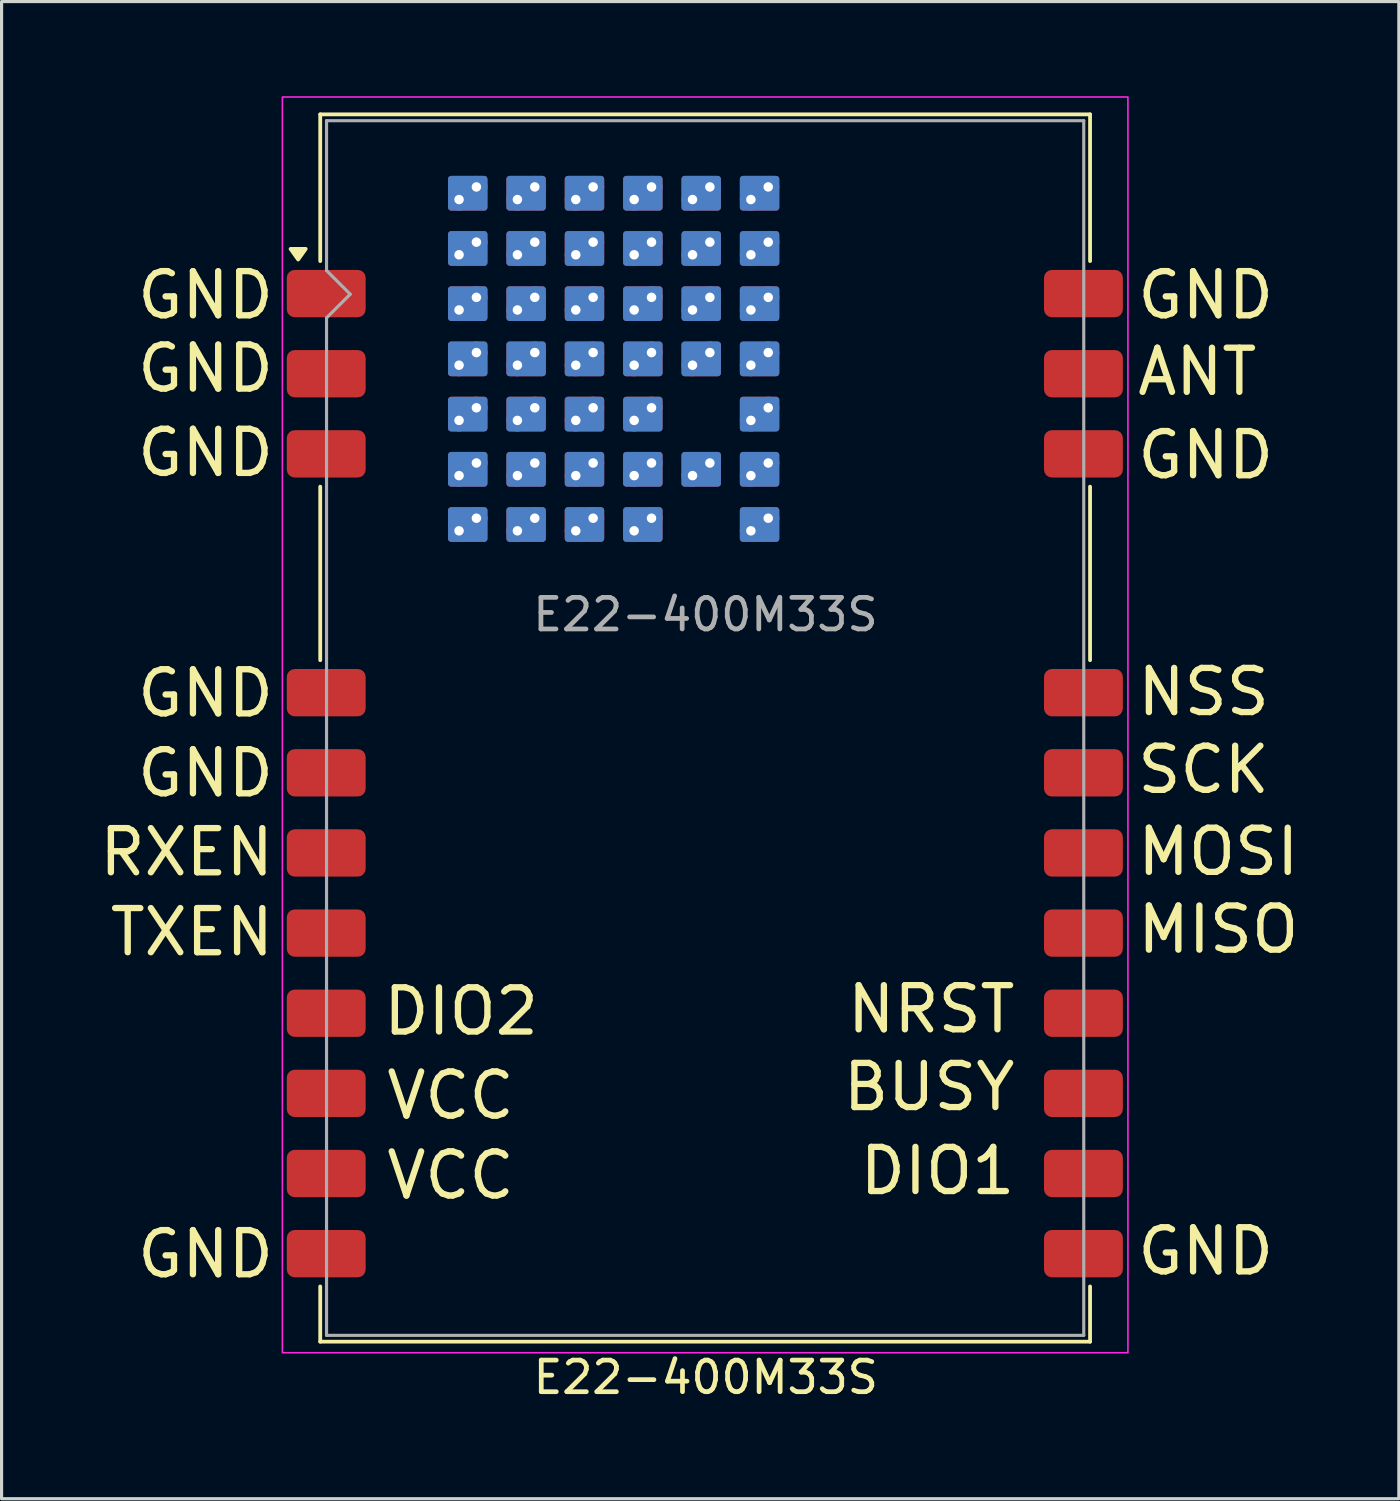
<source format=kicad_pcb>
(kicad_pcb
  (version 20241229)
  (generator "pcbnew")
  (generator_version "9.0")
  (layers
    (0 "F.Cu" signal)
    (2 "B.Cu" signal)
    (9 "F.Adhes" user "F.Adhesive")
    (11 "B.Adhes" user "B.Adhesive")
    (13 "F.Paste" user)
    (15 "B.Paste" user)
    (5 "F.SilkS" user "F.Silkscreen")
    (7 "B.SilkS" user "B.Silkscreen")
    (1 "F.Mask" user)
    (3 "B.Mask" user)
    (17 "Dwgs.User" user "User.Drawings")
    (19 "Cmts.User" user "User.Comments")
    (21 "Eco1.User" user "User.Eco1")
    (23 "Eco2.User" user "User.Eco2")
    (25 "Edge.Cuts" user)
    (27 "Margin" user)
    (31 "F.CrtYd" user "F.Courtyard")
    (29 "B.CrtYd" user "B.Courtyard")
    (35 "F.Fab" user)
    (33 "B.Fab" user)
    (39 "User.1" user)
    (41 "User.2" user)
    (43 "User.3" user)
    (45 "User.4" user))
  (footprint "E22-400M33S"
    (layer "F.Cu")
    (at 19.3 17.025)
    (property "Reference" "E22-400M33S" (at 0.02 23.58 0) (unlocked yes) (layer "F.SilkS") (effects (font (size 1 1) (thickness 0.15))))
    (attr smd)
    (fp_line (start -12.2 -11.8) (end -12.2 -16.45) (stroke (width 0.12) (type solid)) (layer "F.SilkS"))
    (fp_line (start -12.2 0.85) (end -12.2 -4.65) (stroke (width 0.12) (type solid)) (layer "F.SilkS"))
    (fp_line (start -12.2 20.7) (end -12.2 22.45) (stroke (width 0.12) (type solid)) (layer "F.SilkS"))
    (fp_line (start 12.2 -16.45) (end -12.2 -16.45) (stroke (width 0.12) (type solid)) (layer "F.SilkS"))
    (fp_line (start 12.2 -11.8) (end 12.2 -16.45) (stroke (width 0.12) (type solid)) (layer "F.SilkS"))
    (fp_line (start 12.2 0.85) (end 12.2 -4.65) (stroke (width 0.12) (type solid)) (layer "F.SilkS"))
    (fp_line (start 12.2 20.7) (end 12.2 22.45) (stroke (width 0.12) (type solid)) (layer "F.SilkS"))
    (fp_line (start 12.2 22.45) (end -12.2 22.45) (stroke (width 0.12) (type solid)) (layer "F.SilkS"))
    (fp_poly (pts (xy -12.9 -11.85) (xy -13.14 -12.186) (xy -12.66 -12.186) (xy -12.9 -11.85)) (stroke (width 0.12) (type solid)) (fill yes) (layer "F.SilkS"))
    (fp_rect (start -13.4 -17) (end 13.4 22.8) (stroke (width 0.05) (type default)) (fill no) (layer "F.CrtYd"))
    (fp_line (start -12 -16.25) (end 12 -16.25) (stroke (width 0.1) (type default)) (layer "F.Fab"))
    (fp_line (start -12 -11.5) (end -12 -16.25) (stroke (width 0.1) (type default)) (layer "F.Fab"))
    (fp_line (start -12 -10) (end -11.25 -10.75) (stroke (width 0.1) (type default)) (layer "F.Fab"))
    (fp_line (start -12 22.25) (end -12 -10) (stroke (width 0.1) (type default)) (layer "F.Fab"))
    (fp_line (start -11.25 -10.75) (end -12 -11.5) (stroke (width 0.1) (type default)) (layer "F.Fab"))
    (fp_line (start 12 -16.25) (end 12 22.25) (stroke (width 0.1) (type default)) (layer "F.Fab"))
    (fp_line (start 12 22.25) (end -12 22.25) (stroke (width 0.1) (type default)) (layer "F.Fab"))
    (fp_text user "SCK" (at 13.6 5.141 0) (unlocked yes) (layer "F.SilkS") (effects (font (size 1.4 1.4) (thickness 0.2)) (justify left bottom)))
    (fp_text user "RXEN" (at -19.3 7.754 0) (unlocked yes) (layer "F.SilkS") (effects (font (size 1.4 1.4) (thickness 0.2)) (justify left bottom)))
    (fp_text user "TXEN" (at -18.967 10.288 0) (unlocked yes) (layer "F.SilkS") (effects (font (size 1.4 1.4) (thickness 0.2)) (justify left bottom)))
    (fp_text user "GND" (at -18.1 2.718 0) (unlocked yes) (layer "F.SilkS") (effects (font (size 1.4 1.4) (thickness 0.2)) (justify left bottom)))
    (fp_text user "ANT" (at 13.6 -7.473 0) (unlocked yes) (layer "F.SilkS") (effects (font (size 1.4 1.4) (thickness 0.2)) (justify left bottom)))
    (fp_text user "GND" (at 13.6 -4.831 0) (unlocked yes) (layer "F.SilkS") (effects (font (size 1.4 1.4) (thickness 0.2)) (justify left bottom)))
    (fp_text user "DIO1" (at 4.8 17.857 0) (unlocked yes) (layer "F.SilkS") (effects (font (size 1.4 1.4) (thickness 0.2)) (justify left bottom)))
    (fp_text user "GND" (at 13.6 20.404 0) (unlocked yes) (layer "F.SilkS") (effects (font (size 1.4 1.4) (thickness 0.2)) (justify left bottom)))
    (fp_text user "NSS" (at 13.6 2.676 0) (unlocked yes) (layer "F.SilkS") (effects (font (size 1.4 1.4) (thickness 0.2)) (justify left bottom)))
    (fp_text user "DIO2" (at -10.3 12.8 0) (unlocked yes) (layer "F.SilkS") (effects (font (size 1.4 1.4) (thickness 0.2)) (justify left bottom)))
    (fp_text user "MISO" (at 13.6 10.206 0) (unlocked yes) (layer "F.SilkS") (effects (font (size 1.4 1.4) (thickness 0.2)) (justify left bottom)))
    (fp_text user "VCC" (at -10.2 15.467 0) (unlocked yes) (layer "F.SilkS") (effects (font (size 1.4 1.4) (thickness 0.2)) (justify left bottom)))
    (fp_text user "MOSI" (at 13.6 7.741 0) (unlocked yes) (layer "F.SilkS") (effects (font (size 1.4 1.4) (thickness 0.2)) (justify left bottom)))
    (fp_text user "GND" (at -18.1 -7.577 0) (unlocked yes) (layer "F.SilkS") (effects (font (size 1.4 1.4) (thickness 0.2)) (justify left bottom)))
    (fp_text user "GND" (at -18.1 5.251 0) (unlocked yes) (layer "F.SilkS") (effects (font (size 1.4 1.4) (thickness 0.2)) (justify left bottom)))
    (fp_text user "GND" (at -18.1 -9.9 0) (unlocked yes) (layer "F.SilkS") (effects (font (size 1.4 1.4) (thickness 0.2)) (justify left bottom)))
    (fp_text user "BUSY" (at 4.267 15.196 0) (unlocked yes) (layer "F.SilkS") (effects (font (size 1.4 1.4) (thickness 0.2)) (justify left bottom)))
    (fp_text user "GND" (at -18.1 -4.904 0) (unlocked yes) (layer "F.SilkS") (effects (font (size 1.4 1.4) (thickness 0.2)) (justify left bottom)))
    (fp_text user "NRST" (at 4.4 12.731 0) (unlocked yes) (layer "F.SilkS") (effects (font (size 1.4 1.4) (thickness 0.2)) (justify left bottom)))
    (fp_text user "VCC" (at -10.2 18 0) (unlocked yes) (layer "F.SilkS") (effects (font (size 1.4 1.4) (thickness 0.2)) (justify left bottom)))
    (fp_text user "GND" (at -18.1 20.495 0) (unlocked yes) (layer "F.SilkS") (effects (font (size 1.4 1.4) (thickness 0.2)) (justify left bottom)))
    (fp_text user "GND" (at 13.6 -9.9 0) (unlocked yes) (layer "F.SilkS") (effects (font (size 1.4 1.4) (thickness 0.2)) (justify left bottom)))
    (fp_text user "${REFERENCE}" (at 0.01 -0.01 0) (unlocked yes) (layer "F.Fab") (effects (font (size 1 1) (thickness 0.15)) (justify bottom)))
    (pad "1" smd roundrect (at -12.01 -10.77 180) (size 2.5 1.5) (layers "F.Cu" "F.Mask" "F.Paste") (roundrect_rratio 0.167))
    (pad "2" smd roundrect (at -12.01 -8.23 180) (size 2.5 1.5) (layers "F.Cu" "F.Mask" "F.Paste") (roundrect_rratio 0.167))
    (pad "3" smd roundrect (at -12.01 -5.69 180) (size 2.5 1.5) (layers "F.Cu" "F.Mask" "F.Paste") (roundrect_rratio 0.167))
    (pad "4" smd roundrect (at -12.01 1.88 180) (size 2.5 1.5) (layers "F.Cu" "F.Mask" "F.Paste") (roundrect_rratio 0.167))
    (pad "5" smd roundrect (at -12.01 4.42 180) (size 2.5 1.5) (layers "F.Cu" "F.Mask" "F.Paste") (roundrect_rratio 0.167))
    (pad "6" smd roundrect (at -12.01 6.96 180) (size 2.5 1.5) (layers "F.Cu" "F.Mask" "F.Paste") (roundrect_rratio 0.167))
    (pad "7" smd roundrect (at -12.01 9.5 180) (size 2.5 1.5) (layers "F.Cu" "F.Mask" "F.Paste") (roundrect_rratio 0.167))
    (pad "8" smd roundrect (at -12.01 12.04 180) (size 2.5 1.5) (layers "F.Cu" "F.Mask" "F.Paste") (roundrect_rratio 0.167))
    (pad "9" smd roundrect (at -12.01 14.58 180) (size 2.5 1.5) (layers "F.Cu" "F.Mask" "F.Paste") (roundrect_rratio 0.167))
    (pad "10" smd roundrect (at -12.01 17.12 180) (size 2.5 1.5) (layers "F.Cu" "F.Mask" "F.Paste") (roundrect_rratio 0.167))
    (pad "11" smd roundrect (at -12.01 19.66 180) (size 2.5 1.5) (layers "F.Cu" "F.Mask" "F.Paste") (roundrect_rratio 0.167))
    (pad "12" smd roundrect (at 11.99 19.66 180) (size 2.5 1.5) (layers "F.Cu" "F.Mask" "F.Paste") (roundrect_rratio 0.167))
    (pad "13" smd roundrect (at 11.99 17.12 180) (size 2.5 1.5) (layers "F.Cu" "F.Mask" "F.Paste") (roundrect_rratio 0.167))
    (pad "14" smd roundrect (at 11.99 14.58 180) (size 2.5 1.5) (layers "F.Cu" "F.Mask" "F.Paste") (roundrect_rratio 0.167))
    (pad "15" smd roundrect (at 11.99 12.04 180) (size 2.5 1.5) (layers "F.Cu" "F.Mask" "F.Paste") (roundrect_rratio 0.167))
    (pad "16" smd roundrect (at 11.99 9.5 180) (size 2.5 1.5) (layers "F.Cu" "F.Mask" "F.Paste") (roundrect_rratio 0.167))
    (pad "17" smd roundrect (at 11.99 6.96 180) (size 2.5 1.5) (layers "F.Cu" "F.Mask" "F.Paste") (roundrect_rratio 0.167))
    (pad "18" smd roundrect (at 11.99 4.42 180) (size 2.5 1.5) (layers "F.Cu" "F.Mask" "F.Paste") (roundrect_rratio 0.167))
    (pad "19" smd roundrect (at 11.99 1.88 180) (size 2.5 1.5) (layers "F.Cu" "F.Mask" "F.Paste") (roundrect_rratio 0.167))
    (pad "20" smd roundrect (at 11.99 -5.69 180) (size 2.5 1.5) (layers "F.Cu" "F.Mask" "F.Paste") (roundrect_rratio 0.167))
    (pad "21" smd roundrect (at 11.99 -8.23 180) (size 2.5 1.5) (layers "F.Cu" "F.Mask" "F.Paste") (roundrect_rratio 0.167))
    (pad "22" smd roundrect (at 11.99 -10.77 180) (size 2.5 1.5) (layers "F.Cu" "F.Mask" "F.Paste") (roundrect_rratio 0.167))
    (pad "TP" thru_hole circle (at -7.8 -13.75) (size 0.7 0.7) (drill 0.3) (property pad_prop_heatsink) (layers "*.Cu" "*.Mask"))
    (pad "TP" thru_hole circle (at -7.8 -12) (size 0.7 0.7) (drill 0.3) (property pad_prop_heatsink) (layers "*.Cu" "*.Mask"))
    (pad "TP" thru_hole circle (at -7.8 -10.25) (size 0.7 0.7) (drill 0.3) (property pad_prop_heatsink) (layers "*.Cu" "*.Mask"))
    (pad "TP" thru_hole circle (at -7.8 -8.5) (size 0.7 0.7) (drill 0.3) (property pad_prop_heatsink) (layers "*.Cu" "*.Mask"))
    (pad "TP" thru_hole circle (at -7.8 -6.75) (size 0.7 0.7) (drill 0.3) (property pad_prop_heatsink) (layers "*.Cu" "*.Mask"))
    (pad "TP" thru_hole circle (at -7.8 -5) (size 0.7 0.7) (drill 0.3) (property pad_prop_heatsink) (layers "*.Cu" "*.Mask"))
    (pad "TP" thru_hole circle (at -7.8 -3.25) (size 0.7 0.7) (drill 0.3) (property pad_prop_heatsink) (layers "*.Cu" "*.Mask"))
    (pad "TP" smd roundrect (at -7.525 -13.95) (size 1.25 1.1) (property pad_prop_heatsink) (layers "F.Cu" "F.Mask" "F.Paste") (roundrect_rratio 0.091))
    (pad "TP" smd roundrect (at -7.525 -13.95) (size 1.25 1.1) (property pad_prop_heatsink) (layers "B.Cu" "B.Mask" "B.Paste") (roundrect_rratio 0.091))
    (pad "TP" smd roundrect (at -7.525 -12.2) (size 1.25 1.1) (property pad_prop_heatsink) (layers "F.Cu" "F.Mask" "F.Paste") (roundrect_rratio 0.091))
    (pad "TP" smd roundrect (at -7.525 -12.2) (size 1.25 1.1) (property pad_prop_heatsink) (layers "B.Cu" "B.Mask" "B.Paste") (roundrect_rratio 0.091))
    (pad "TP" smd roundrect (at -7.525 -10.45) (size 1.25 1.1) (property pad_prop_heatsink) (layers "F.Cu" "F.Mask" "F.Paste") (roundrect_rratio 0.091))
    (pad "TP" smd roundrect (at -7.525 -10.45) (size 1.25 1.1) (property pad_prop_heatsink) (layers "B.Cu" "B.Mask" "B.Paste") (roundrect_rratio 0.091))
    (pad "TP" smd roundrect (at -7.525 -8.7) (size 1.25 1.1) (property pad_prop_heatsink) (layers "F.Cu" "F.Mask" "F.Paste") (roundrect_rratio 0.091))
    (pad "TP" smd roundrect (at -7.525 -8.7) (size 1.25 1.1) (property pad_prop_heatsink) (layers "B.Cu" "B.Mask" "B.Paste") (roundrect_rratio 0.091))
    (pad "TP" smd roundrect (at -7.525 -6.95) (size 1.25 1.1) (property pad_prop_heatsink) (layers "F.Cu" "F.Mask" "F.Paste") (roundrect_rratio 0.091))
    (pad "TP" smd roundrect (at -7.525 -6.95) (size 1.25 1.1) (property pad_prop_heatsink) (layers "B.Cu" "B.Mask" "B.Paste") (roundrect_rratio 0.091))
    (pad "TP" smd roundrect (at -7.525 -5.2) (size 1.25 1.1) (property pad_prop_heatsink) (layers "F.Cu" "F.Mask" "F.Paste") (roundrect_rratio 0.091))
    (pad "TP" smd roundrect (at -7.525 -5.2) (size 1.25 1.1) (property pad_prop_heatsink) (layers "B.Cu" "B.Mask" "B.Paste") (roundrect_rratio 0.091))
    (pad "TP" smd roundrect (at -7.525 -3.45) (size 1.25 1.1) (property pad_prop_heatsink) (layers "F.Cu" "F.Mask" "F.Paste") (roundrect_rratio 0.091))
    (pad "TP" smd roundrect (at -7.525 -3.45) (size 1.25 1.1) (property pad_prop_heatsink) (layers "B.Cu" "B.Mask" "B.Paste") (roundrect_rratio 0.091))
    (pad "TP" thru_hole circle (at -7.25 -14.15) (size 0.7 0.7) (drill 0.3) (property pad_prop_heatsink) (layers "*.Cu" "*.Mask"))
    (pad "TP" thru_hole circle (at -7.25 -12.4) (size 0.7 0.7) (drill 0.3) (property pad_prop_heatsink) (layers "*.Cu" "*.Mask"))
    (pad "TP" thru_hole circle (at -7.25 -10.65) (size 0.7 0.7) (drill 0.3) (property pad_prop_heatsink) (layers "*.Cu" "*.Mask"))
    (pad "TP" thru_hole circle (at -7.25 -8.9) (size 0.7 0.7) (drill 0.3) (property pad_prop_heatsink) (layers "*.Cu" "*.Mask"))
    (pad "TP" thru_hole circle (at -7.25 -7.15) (size 0.7 0.7) (drill 0.3) (property pad_prop_heatsink) (layers "*.Cu" "*.Mask"))
    (pad "TP" thru_hole circle (at -7.25 -5.4) (size 0.7 0.7) (drill 0.3) (property pad_prop_heatsink) (layers "*.Cu" "*.Mask"))
    (pad "TP" thru_hole circle (at -7.25 -3.65) (size 0.7 0.7) (drill 0.3) (property pad_prop_heatsink) (layers "*.Cu" "*.Mask"))
    (pad "TP" thru_hole circle (at -5.95 -13.75) (size 0.7 0.7) (drill 0.3) (property pad_prop_heatsink) (layers "*.Cu" "*.Mask"))
    (pad "TP" thru_hole circle (at -5.95 -12) (size 0.7 0.7) (drill 0.3) (property pad_prop_heatsink) (layers "*.Cu" "*.Mask"))
    (pad "TP" thru_hole circle (at -5.95 -10.25) (size 0.7 0.7) (drill 0.3) (property pad_prop_heatsink) (layers "*.Cu" "*.Mask"))
    (pad "TP" thru_hole circle (at -5.95 -8.5) (size 0.7 0.7) (drill 0.3) (property pad_prop_heatsink) (layers "*.Cu" "*.Mask"))
    (pad "TP" thru_hole circle (at -5.95 -6.75) (size 0.7 0.7) (drill 0.3) (property pad_prop_heatsink) (layers "*.Cu" "*.Mask"))
    (pad "TP" thru_hole circle (at -5.95 -5) (size 0.7 0.7) (drill 0.3) (property pad_prop_heatsink) (layers "*.Cu" "*.Mask"))
    (pad "TP" thru_hole circle (at -5.95 -3.25) (size 0.7 0.7) (drill 0.3) (property pad_prop_heatsink) (layers "*.Cu" "*.Mask"))
    (pad "TP" smd roundrect (at -5.675 -13.95) (size 1.25 1.1) (property pad_prop_heatsink) (layers "F.Cu" "F.Mask" "F.Paste") (roundrect_rratio 0.091))
    (pad "TP" smd roundrect (at -5.675 -13.95) (size 1.25 1.1) (property pad_prop_heatsink) (layers "B.Cu" "B.Mask" "B.Paste") (roundrect_rratio 0.091))
    (pad "TP" smd roundrect (at -5.675 -12.2) (size 1.25 1.1) (property pad_prop_heatsink) (layers "F.Cu" "F.Mask" "F.Paste") (roundrect_rratio 0.091))
    (pad "TP" smd roundrect (at -5.675 -12.2) (size 1.25 1.1) (property pad_prop_heatsink) (layers "B.Cu" "B.Mask" "B.Paste") (roundrect_rratio 0.091))
    (pad "TP" smd roundrect (at -5.675 -10.45) (size 1.25 1.1) (property pad_prop_heatsink) (layers "F.Cu" "F.Mask" "F.Paste") (roundrect_rratio 0.091))
    (pad "TP" smd roundrect (at -5.675 -10.45) (size 1.25 1.1) (property pad_prop_heatsink) (layers "B.Cu" "B.Mask" "B.Paste") (roundrect_rratio 0.091))
    (pad "TP" smd roundrect (at -5.675 -8.7) (size 1.25 1.1) (property pad_prop_heatsink) (layers "F.Cu" "F.Mask" "F.Paste") (roundrect_rratio 0.091))
    (pad "TP" smd roundrect (at -5.675 -8.7) (size 1.25 1.1) (property pad_prop_heatsink) (layers "B.Cu" "B.Mask" "B.Paste") (roundrect_rratio 0.091))
    (pad "TP" smd roundrect (at -5.675 -6.95) (size 1.25 1.1) (property pad_prop_heatsink) (layers "F.Cu" "F.Mask" "F.Paste") (roundrect_rratio 0.091))
    (pad "TP" smd roundrect (at -5.675 -6.95) (size 1.25 1.1) (property pad_prop_heatsink) (layers "B.Cu" "B.Mask" "B.Paste") (roundrect_rratio 0.091))
    (pad "TP" smd roundrect (at -5.675 -5.2) (size 1.25 1.1) (property pad_prop_heatsink) (layers "F.Cu" "F.Mask" "F.Paste") (roundrect_rratio 0.091))
    (pad "TP" smd roundrect (at -5.675 -5.2) (size 1.25 1.1) (property pad_prop_heatsink) (layers "B.Cu" "B.Mask" "B.Paste") (roundrect_rratio 0.091))
    (pad "TP" smd roundrect (at -5.675 -3.45) (size 1.25 1.1) (property pad_prop_heatsink) (layers "F.Cu" "F.Mask" "F.Paste") (roundrect_rratio 0.091))
    (pad "TP" smd roundrect (at -5.675 -3.45) (size 1.25 1.1) (property pad_prop_heatsink) (layers "B.Cu" "B.Mask" "B.Paste") (roundrect_rratio 0.091))
    (pad "TP" thru_hole circle (at -5.4 -14.15) (size 0.7 0.7) (drill 0.3) (property pad_prop_heatsink) (layers "*.Cu" "*.Mask"))
    (pad "TP" thru_hole circle (at -5.4 -12.4) (size 0.7 0.7) (drill 0.3) (property pad_prop_heatsink) (layers "*.Cu" "*.Mask"))
    (pad "TP" thru_hole circle (at -5.4 -10.65) (size 0.7 0.7) (drill 0.3) (property pad_prop_heatsink) (layers "*.Cu" "*.Mask"))
    (pad "TP" thru_hole circle (at -5.4 -8.9) (size 0.7 0.7) (drill 0.3) (property pad_prop_heatsink) (layers "*.Cu" "*.Mask"))
    (pad "TP" thru_hole circle (at -5.4 -7.15) (size 0.7 0.7) (drill 0.3) (property pad_prop_heatsink) (layers "*.Cu" "*.Mask"))
    (pad "TP" thru_hole circle (at -5.4 -5.4) (size 0.7 0.7) (drill 0.3) (property pad_prop_heatsink) (layers "*.Cu" "*.Mask"))
    (pad "TP" thru_hole circle (at -5.4 -3.65) (size 0.7 0.7) (drill 0.3) (property pad_prop_heatsink) (layers "*.Cu" "*.Mask"))
    (pad "TP" thru_hole circle (at -4.1 -13.75) (size 0.7 0.7) (drill 0.3) (property pad_prop_heatsink) (layers "*.Cu" "*.Mask"))
    (pad "TP" thru_hole circle (at -4.1 -12) (size 0.7 0.7) (drill 0.3) (property pad_prop_heatsink) (layers "*.Cu" "*.Mask"))
    (pad "TP" thru_hole circle (at -4.1 -10.25) (size 0.7 0.7) (drill 0.3) (property pad_prop_heatsink) (layers "*.Cu" "*.Mask"))
    (pad "TP" thru_hole circle (at -4.1 -8.5) (size 0.7 0.7) (drill 0.3) (property pad_prop_heatsink) (layers "*.Cu" "*.Mask"))
    (pad "TP" thru_hole circle (at -4.1 -6.75) (size 0.7 0.7) (drill 0.3) (property pad_prop_heatsink) (layers "*.Cu" "*.Mask"))
    (pad "TP" thru_hole circle (at -4.1 -5) (size 0.7 0.7) (drill 0.3) (property pad_prop_heatsink) (layers "*.Cu" "*.Mask"))
    (pad "TP" thru_hole circle (at -4.1 -3.25) (size 0.7 0.7) (drill 0.3) (property pad_prop_heatsink) (layers "*.Cu" "*.Mask"))
    (pad "TP" smd roundrect (at -3.825 -13.95) (size 1.25 1.1) (property pad_prop_heatsink) (layers "F.Cu" "F.Mask" "F.Paste") (roundrect_rratio 0.091))
    (pad "TP" smd roundrect (at -3.825 -13.95) (size 1.25 1.1) (property pad_prop_heatsink) (layers "B.Cu" "B.Mask" "B.Paste") (roundrect_rratio 0.091))
    (pad "TP" smd roundrect (at -3.825 -12.2) (size 1.25 1.1) (property pad_prop_heatsink) (layers "F.Cu" "F.Mask" "F.Paste") (roundrect_rratio 0.091))
    (pad "TP" smd roundrect (at -3.825 -12.2) (size 1.25 1.1) (property pad_prop_heatsink) (layers "B.Cu" "B.Mask" "B.Paste") (roundrect_rratio 0.091))
    (pad "TP" smd roundrect (at -3.825 -10.45) (size 1.25 1.1) (property pad_prop_heatsink) (layers "F.Cu" "F.Mask" "F.Paste") (roundrect_rratio 0.091))
    (pad "TP" smd roundrect (at -3.825 -10.45) (size 1.25 1.1) (property pad_prop_heatsink) (layers "B.Cu" "B.Mask" "B.Paste") (roundrect_rratio 0.091))
    (pad "TP" smd roundrect (at -3.825 -8.7) (size 1.25 1.1) (property pad_prop_heatsink) (layers "F.Cu" "F.Mask" "F.Paste") (roundrect_rratio 0.091))
    (pad "TP" smd roundrect (at -3.825 -8.7) (size 1.25 1.1) (property pad_prop_heatsink) (layers "B.Cu" "B.Mask" "B.Paste") (roundrect_rratio 0.091))
    (pad "TP" smd roundrect (at -3.825 -6.95) (size 1.25 1.1) (property pad_prop_heatsink) (layers "F.Cu" "F.Mask" "F.Paste") (roundrect_rratio 0.091))
    (pad "TP" smd roundrect (at -3.825 -6.95) (size 1.25 1.1) (property pad_prop_heatsink) (layers "B.Cu" "B.Mask" "B.Paste") (roundrect_rratio 0.091))
    (pad "TP" smd roundrect (at -3.825 -5.2) (size 1.25 1.1) (property pad_prop_heatsink) (layers "F.Cu" "F.Mask" "F.Paste") (roundrect_rratio 0.091))
    (pad "TP" smd roundrect (at -3.825 -5.2) (size 1.25 1.1) (property pad_prop_heatsink) (layers "B.Cu" "B.Mask" "B.Paste") (roundrect_rratio 0.091))
    (pad "TP" smd roundrect (at -3.825 -3.45) (size 1.25 1.1) (property pad_prop_heatsink) (layers "F.Cu" "F.Mask" "F.Paste") (roundrect_rratio 0.091))
    (pad "TP" smd roundrect (at -3.825 -3.45) (size 1.25 1.1) (property pad_prop_heatsink) (layers "B.Cu" "B.Mask" "B.Paste") (roundrect_rratio 0.091))
    (pad "TP" thru_hole circle (at -3.55 -14.15) (size 0.7 0.7) (drill 0.3) (property pad_prop_heatsink) (layers "*.Cu" "*.Mask"))
    (pad "TP" thru_hole circle (at -3.55 -12.4) (size 0.7 0.7) (drill 0.3) (property pad_prop_heatsink) (layers "*.Cu" "*.Mask"))
    (pad "TP" thru_hole circle (at -3.55 -10.65) (size 0.7 0.7) (drill 0.3) (property pad_prop_heatsink) (layers "*.Cu" "*.Mask"))
    (pad "TP" thru_hole circle (at -3.55 -8.9) (size 0.7 0.7) (drill 0.3) (property pad_prop_heatsink) (layers "*.Cu" "*.Mask"))
    (pad "TP" thru_hole circle (at -3.55 -7.15) (size 0.7 0.7) (drill 0.3) (property pad_prop_heatsink) (layers "*.Cu" "*.Mask"))
    (pad "TP" thru_hole circle (at -3.55 -5.4) (size 0.7 0.7) (drill 0.3) (property pad_prop_heatsink) (layers "*.Cu" "*.Mask"))
    (pad "TP" thru_hole circle (at -3.55 -3.65) (size 0.7 0.7) (drill 0.3) (property pad_prop_heatsink) (layers "*.Cu" "*.Mask"))
    (pad "TP" thru_hole circle (at -2.25 -13.75) (size 0.7 0.7) (drill 0.3) (property pad_prop_heatsink) (layers "*.Cu" "*.Mask"))
    (pad "TP" thru_hole circle (at -2.25 -12) (size 0.7 0.7) (drill 0.3) (property pad_prop_heatsink) (layers "*.Cu" "*.Mask"))
    (pad "TP" thru_hole circle (at -2.25 -10.25) (size 0.7 0.7) (drill 0.3) (property pad_prop_heatsink) (layers "*.Cu" "*.Mask"))
    (pad "TP" thru_hole circle (at -2.25 -8.5) (size 0.7 0.7) (drill 0.3) (property pad_prop_heatsink) (layers "*.Cu" "*.Mask"))
    (pad "TP" thru_hole circle (at -2.25 -6.75) (size 0.7 0.7) (drill 0.3) (property pad_prop_heatsink) (layers "*.Cu" "*.Mask"))
    (pad "TP" thru_hole circle (at -2.25 -5) (size 0.7 0.7) (drill 0.3) (property pad_prop_heatsink) (layers "*.Cu" "*.Mask"))
    (pad "TP" thru_hole circle (at -2.25 -3.25) (size 0.7 0.7) (drill 0.3) (property pad_prop_heatsink) (layers "*.Cu" "*.Mask"))
    (pad "TP" smd roundrect (at -1.975 -13.95) (size 1.25 1.1) (property pad_prop_heatsink) (layers "F.Cu" "F.Mask" "F.Paste") (roundrect_rratio 0.091))
    (pad "TP" smd roundrect (at -1.975 -13.95) (size 1.25 1.1) (property pad_prop_heatsink) (layers "B.Cu" "B.Mask" "B.Paste") (roundrect_rratio 0.091))
    (pad "TP" smd roundrect (at -1.975 -12.2) (size 1.25 1.1) (property pad_prop_heatsink) (layers "F.Cu" "F.Mask" "F.Paste") (roundrect_rratio 0.091))
    (pad "TP" smd roundrect (at -1.975 -12.2) (size 1.25 1.1) (property pad_prop_heatsink) (layers "B.Cu" "B.Mask" "B.Paste") (roundrect_rratio 0.091))
    (pad "TP" smd roundrect (at -1.975 -10.45) (size 1.25 1.1) (property pad_prop_heatsink) (layers "F.Cu" "F.Mask" "F.Paste") (roundrect_rratio 0.091))
    (pad "TP" smd roundrect (at -1.975 -10.45) (size 1.25 1.1) (property pad_prop_heatsink) (layers "B.Cu" "B.Mask" "B.Paste") (roundrect_rratio 0.091))
    (pad "TP" smd roundrect (at -1.975 -8.7) (size 1.25 1.1) (property pad_prop_heatsink) (layers "F.Cu" "F.Mask" "F.Paste") (roundrect_rratio 0.091))
    (pad "TP" smd roundrect (at -1.975 -8.7) (size 1.25 1.1) (property pad_prop_heatsink) (layers "B.Cu" "B.Mask" "B.Paste") (roundrect_rratio 0.091))
    (pad "TP" smd roundrect (at -1.975 -6.95) (size 1.25 1.1) (property pad_prop_heatsink) (layers "F.Cu" "F.Mask" "F.Paste") (roundrect_rratio 0.091))
    (pad "TP" smd roundrect (at -1.975 -6.95) (size 1.25 1.1) (property pad_prop_heatsink) (layers "B.Cu" "B.Mask" "B.Paste") (roundrect_rratio 0.091))
    (pad "TP" smd roundrect (at -1.975 -5.2) (size 1.25 1.1) (property pad_prop_heatsink) (layers "F.Cu" "F.Mask" "F.Paste") (roundrect_rratio 0.091))
    (pad "TP" smd roundrect (at -1.975 -5.2) (size 1.25 1.1) (property pad_prop_heatsink) (layers "B.Cu" "B.Mask" "B.Paste") (roundrect_rratio 0.091))
    (pad "TP" smd roundrect (at -1.975 -3.45) (size 1.25 1.1) (property pad_prop_heatsink) (layers "F.Cu" "F.Mask" "F.Paste") (roundrect_rratio 0.091))
    (pad "TP" smd roundrect (at -1.975 -3.45) (size 1.25 1.1) (property pad_prop_heatsink) (layers "B.Cu" "B.Mask" "B.Paste") (roundrect_rratio 0.091))
    (pad "TP" thru_hole circle (at -1.7 -14.15) (size 0.7 0.7) (drill 0.3) (property pad_prop_heatsink) (layers "*.Cu" "*.Mask"))
    (pad "TP" thru_hole circle (at -1.7 -12.4) (size 0.7 0.7) (drill 0.3) (property pad_prop_heatsink) (layers "*.Cu" "*.Mask"))
    (pad "TP" thru_hole circle (at -1.7 -10.65) (size 0.7 0.7) (drill 0.3) (property pad_prop_heatsink) (layers "*.Cu" "*.Mask"))
    (pad "TP" thru_hole circle (at -1.7 -8.9) (size 0.7 0.7) (drill 0.3) (property pad_prop_heatsink) (layers "*.Cu" "*.Mask"))
    (pad "TP" thru_hole circle (at -1.7 -7.15) (size 0.7 0.7) (drill 0.3) (property pad_prop_heatsink) (layers "*.Cu" "*.Mask"))
    (pad "TP" thru_hole circle (at -1.7 -5.4) (size 0.7 0.7) (drill 0.3) (property pad_prop_heatsink) (layers "*.Cu" "*.Mask"))
    (pad "TP" thru_hole circle (at -1.7 -3.65) (size 0.7 0.7) (drill 0.3) (property pad_prop_heatsink) (layers "*.Cu" "*.Mask"))
    (pad "TP" thru_hole circle (at -0.4 -13.75) (size 0.7 0.7) (drill 0.3) (property pad_prop_heatsink) (layers "*.Cu" "*.Mask"))
    (pad "TP" thru_hole circle (at -0.4 -12) (size 0.7 0.7) (drill 0.3) (property pad_prop_heatsink) (layers "*.Cu" "*.Mask"))
    (pad "TP" thru_hole circle (at -0.4 -10.25) (size 0.7 0.7) (drill 0.3) (property pad_prop_heatsink) (layers "*.Cu" "*.Mask"))
    (pad "TP" thru_hole circle (at -0.4 -8.5) (size 0.7 0.7) (drill 0.3) (property pad_prop_heatsink) (layers "*.Cu" "*.Mask"))
    (pad "TP" thru_hole circle (at -0.4 -5) (size 0.7 0.7) (drill 0.3) (property pad_prop_heatsink) (layers "*.Cu" "*.Mask"))
    (pad "TP" smd roundrect (at -0.125 -13.95) (size 1.25 1.1) (property pad_prop_heatsink) (layers "F.Cu" "F.Mask" "F.Paste") (roundrect_rratio 0.091))
    (pad "TP" smd roundrect (at -0.125 -13.95) (size 1.25 1.1) (property pad_prop_heatsink) (layers "B.Cu" "B.Mask" "B.Paste") (roundrect_rratio 0.091))
    (pad "TP" smd roundrect (at -0.125 -12.2) (size 1.25 1.1) (property pad_prop_heatsink) (layers "F.Cu" "F.Mask" "F.Paste") (roundrect_rratio 0.091))
    (pad "TP" smd roundrect (at -0.125 -12.2) (size 1.25 1.1) (property pad_prop_heatsink) (layers "B.Cu" "B.Mask" "B.Paste") (roundrect_rratio 0.091))
    (pad "TP" smd roundrect (at -0.125 -10.45) (size 1.25 1.1) (property pad_prop_heatsink) (layers "F.Cu" "F.Mask" "F.Paste") (roundrect_rratio 0.091))
    (pad "TP" smd roundrect (at -0.125 -10.45) (size 1.25 1.1) (property pad_prop_heatsink) (layers "B.Cu" "B.Mask" "B.Paste") (roundrect_rratio 0.091))
    (pad "TP" smd roundrect (at -0.125 -8.7) (size 1.25 1.1) (property pad_prop_heatsink) (layers "F.Cu" "F.Mask" "F.Paste") (roundrect_rratio 0.091))
    (pad "TP" smd roundrect (at -0.125 -8.7) (size 1.25 1.1) (property pad_prop_heatsink) (layers "B.Cu" "B.Mask" "B.Paste") (roundrect_rratio 0.091))
    (pad "TP" smd roundrect (at -0.125 -5.2) (size 1.25 1.1) (property pad_prop_heatsink) (layers "F.Cu" "F.Mask" "F.Paste") (roundrect_rratio 0.091))
    (pad "TP" smd roundrect (at -0.125 -5.2) (size 1.25 1.1) (property pad_prop_heatsink) (layers "B.Cu" "B.Mask" "B.Paste") (roundrect_rratio 0.091))
    (pad "TP" thru_hole circle (at 0.15 -14.15) (size 0.7 0.7) (drill 0.3) (property pad_prop_heatsink) (layers "*.Cu" "*.Mask"))
    (pad "TP" thru_hole circle (at 0.15 -12.4) (size 0.7 0.7) (drill 0.3) (property pad_prop_heatsink) (layers "*.Cu" "*.Mask"))
    (pad "TP" thru_hole circle (at 0.15 -10.65) (size 0.7 0.7) (drill 0.3) (property pad_prop_heatsink) (layers "*.Cu" "*.Mask"))
    (pad "TP" thru_hole circle (at 0.15 -8.9) (size 0.7 0.7) (drill 0.3) (property pad_prop_heatsink) (layers "*.Cu" "*.Mask"))
    (pad "TP" thru_hole circle (at 0.15 -5.4) (size 0.7 0.7) (drill 0.3) (property pad_prop_heatsink) (layers "*.Cu" "*.Mask"))
    (pad "TP" thru_hole circle (at 1.45 -13.75) (size 0.7 0.7) (drill 0.3) (property pad_prop_heatsink) (layers "*.Cu" "*.Mask"))
    (pad "TP" thru_hole circle (at 1.45 -12) (size 0.7 0.7) (drill 0.3) (property pad_prop_heatsink) (layers "*.Cu" "*.Mask"))
    (pad "TP" thru_hole circle (at 1.45 -10.25) (size 0.7 0.7) (drill 0.3) (property pad_prop_heatsink) (layers "*.Cu" "*.Mask"))
    (pad "TP" thru_hole circle (at 1.45 -8.5) (size 0.7 0.7) (drill 0.3) (property pad_prop_heatsink) (layers "*.Cu" "*.Mask"))
    (pad "TP" thru_hole circle (at 1.45 -6.75) (size 0.7 0.7) (drill 0.3) (property pad_prop_heatsink) (layers "*.Cu" "*.Mask"))
    (pad "TP" thru_hole circle (at 1.45 -5) (size 0.7 0.7) (drill 0.3) (property pad_prop_heatsink) (layers "*.Cu" "*.Mask"))
    (pad "TP" thru_hole circle (at 1.45 -3.25) (size 0.7 0.7) (drill 0.3) (property pad_prop_heatsink) (layers "*.Cu" "*.Mask"))
    (pad "TP" smd roundrect (at 1.725 -13.95) (size 1.25 1.1) (property pad_prop_heatsink) (layers "F.Cu" "F.Mask" "F.Paste") (roundrect_rratio 0.091))
    (pad "TP" smd roundrect (at 1.725 -13.95) (size 1.25 1.1) (property pad_prop_heatsink) (layers "B.Cu" "B.Mask" "B.Paste") (roundrect_rratio 0.091))
    (pad "TP" smd roundrect (at 1.725 -12.2) (size 1.25 1.1) (property pad_prop_heatsink) (layers "F.Cu" "F.Mask" "F.Paste") (roundrect_rratio 0.091))
    (pad "TP" smd roundrect (at 1.725 -12.2) (size 1.25 1.1) (property pad_prop_heatsink) (layers "B.Cu" "B.Mask" "B.Paste") (roundrect_rratio 0.091))
    (pad "TP" smd roundrect (at 1.725 -10.45) (size 1.25 1.1) (property pad_prop_heatsink) (layers "F.Cu" "F.Mask" "F.Paste") (roundrect_rratio 0.091))
    (pad "TP" smd roundrect (at 1.725 -10.45) (size 1.25 1.1) (property pad_prop_heatsink) (layers "B.Cu" "B.Mask" "B.Paste") (roundrect_rratio 0.091))
    (pad "TP" smd roundrect (at 1.725 -8.7) (size 1.25 1.1) (property pad_prop_heatsink) (layers "F.Cu" "F.Mask" "F.Paste") (roundrect_rratio 0.091))
    (pad "TP" smd roundrect (at 1.725 -8.7) (size 1.25 1.1) (property pad_prop_heatsink) (layers "B.Cu" "B.Mask" "B.Paste") (roundrect_rratio 0.091))
    (pad "TP" smd roundrect (at 1.725 -6.95) (size 1.25 1.1) (property pad_prop_heatsink) (layers "F.Cu" "F.Mask" "F.Paste") (roundrect_rratio 0.091))
    (pad "TP" smd roundrect (at 1.725 -6.95) (size 1.25 1.1) (property pad_prop_heatsink) (layers "B.Cu" "B.Mask" "B.Paste") (roundrect_rratio 0.091))
    (pad "TP" smd roundrect (at 1.725 -5.2) (size 1.25 1.1) (property pad_prop_heatsink) (layers "F.Cu" "F.Mask" "F.Paste") (roundrect_rratio 0.091))
    (pad "TP" smd roundrect (at 1.725 -5.2) (size 1.25 1.1) (property pad_prop_heatsink) (layers "B.Cu" "B.Mask" "B.Paste") (roundrect_rratio 0.091))
    (pad "TP" smd roundrect (at 1.725 -3.45) (size 1.25 1.1) (property pad_prop_heatsink) (layers "F.Cu" "F.Mask" "F.Paste") (roundrect_rratio 0.091))
    (pad "TP" smd roundrect (at 1.725 -3.45) (size 1.25 1.1) (property pad_prop_heatsink) (layers "B.Cu" "B.Mask" "B.Paste") (roundrect_rratio 0.091))
    (pad "TP" thru_hole circle (at 2 -14.15) (size 0.7 0.7) (drill 0.3) (property pad_prop_heatsink) (layers "*.Cu" "*.Mask"))
    (pad "TP" thru_hole circle (at 2 -12.4) (size 0.7 0.7) (drill 0.3) (property pad_prop_heatsink) (layers "*.Cu" "*.Mask"))
    (pad "TP" thru_hole circle (at 2 -10.65) (size 0.7 0.7) (drill 0.3) (property pad_prop_heatsink) (layers "*.Cu" "*.Mask"))
    (pad "TP" thru_hole circle (at 2 -8.9) (size 0.7 0.7) (drill 0.3) (property pad_prop_heatsink) (layers "*.Cu" "*.Mask"))
    (pad "TP" thru_hole circle (at 2 -7.15) (size 0.7 0.7) (drill 0.3) (property pad_prop_heatsink) (layers "*.Cu" "*.Mask"))
    (pad "TP" thru_hole circle (at 2 -5.4) (size 0.7 0.7) (drill 0.3) (property pad_prop_heatsink) (layers "*.Cu" "*.Mask"))
    (pad "TP" thru_hole circle (at 2 -3.65) (size 0.7 0.7) (drill 0.3) (property pad_prop_heatsink) (layers "*.Cu" "*.Mask")))
  (gr_rect
    (start -3 -3)
    (end 41.287 44.453)
    (stroke (width 0.1) (type default))
    (fill no)
    (layer "Edge.Cuts")))
</source>
